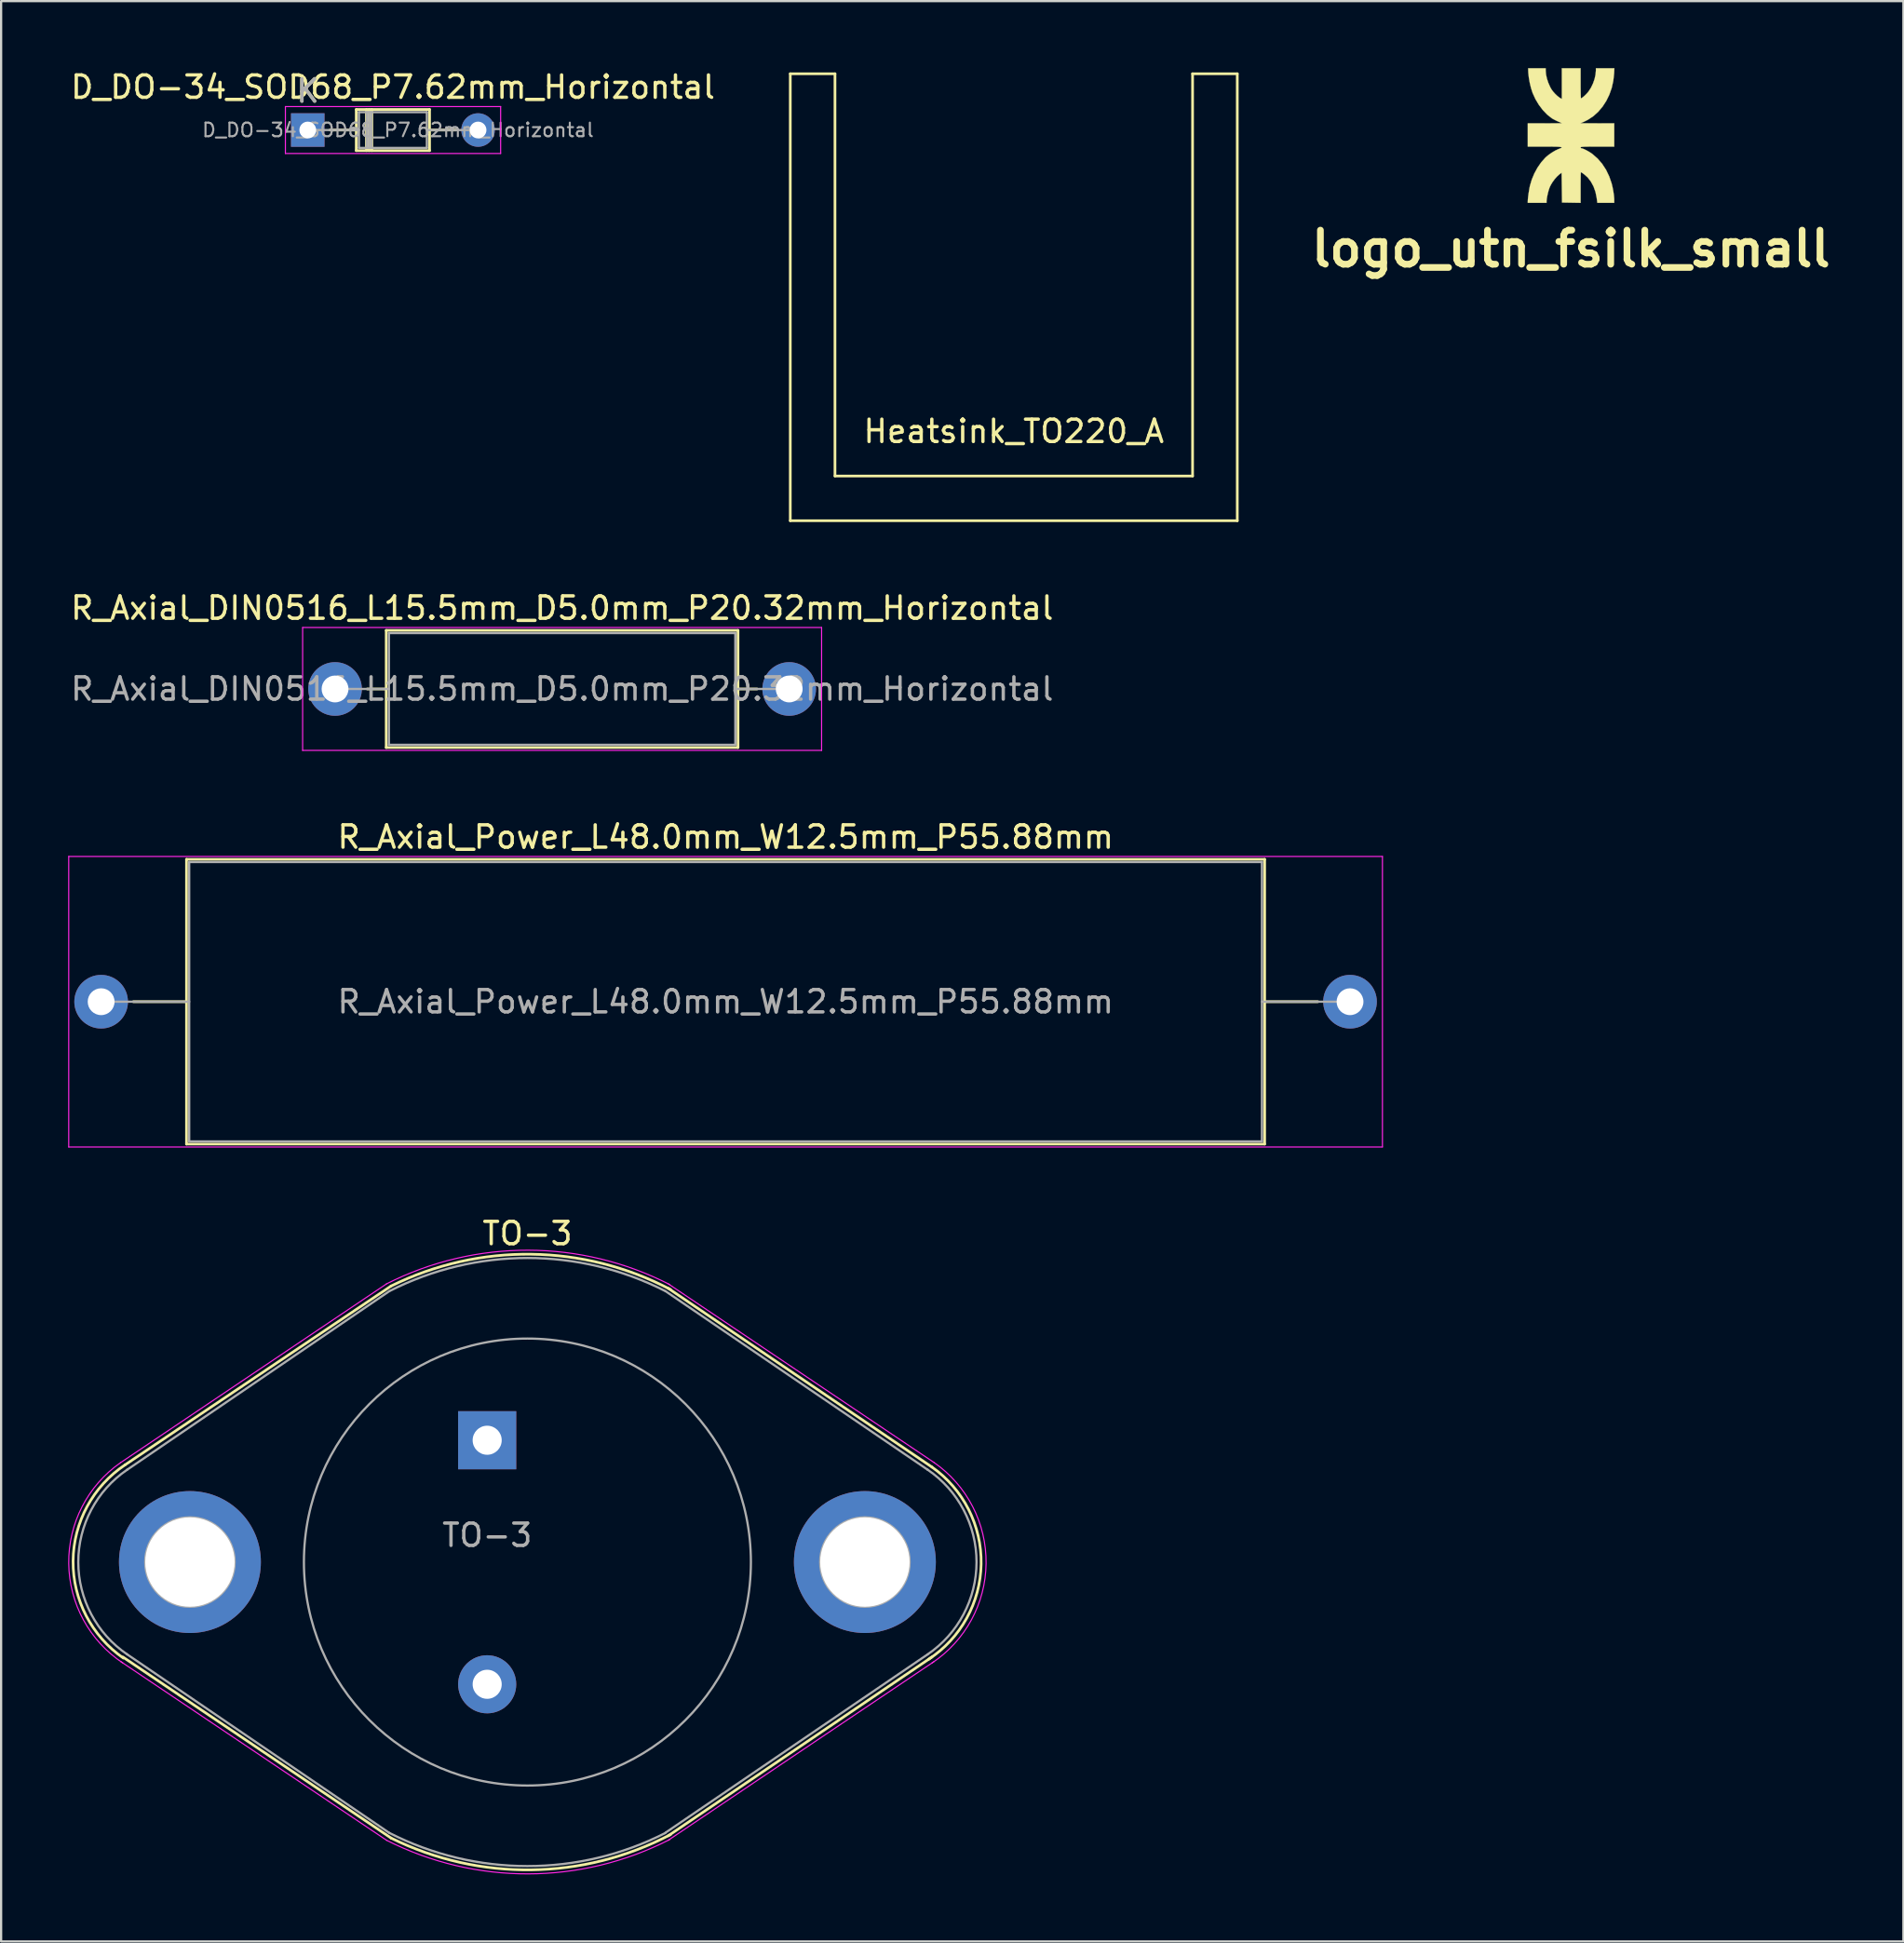
<source format=kicad_pcb>
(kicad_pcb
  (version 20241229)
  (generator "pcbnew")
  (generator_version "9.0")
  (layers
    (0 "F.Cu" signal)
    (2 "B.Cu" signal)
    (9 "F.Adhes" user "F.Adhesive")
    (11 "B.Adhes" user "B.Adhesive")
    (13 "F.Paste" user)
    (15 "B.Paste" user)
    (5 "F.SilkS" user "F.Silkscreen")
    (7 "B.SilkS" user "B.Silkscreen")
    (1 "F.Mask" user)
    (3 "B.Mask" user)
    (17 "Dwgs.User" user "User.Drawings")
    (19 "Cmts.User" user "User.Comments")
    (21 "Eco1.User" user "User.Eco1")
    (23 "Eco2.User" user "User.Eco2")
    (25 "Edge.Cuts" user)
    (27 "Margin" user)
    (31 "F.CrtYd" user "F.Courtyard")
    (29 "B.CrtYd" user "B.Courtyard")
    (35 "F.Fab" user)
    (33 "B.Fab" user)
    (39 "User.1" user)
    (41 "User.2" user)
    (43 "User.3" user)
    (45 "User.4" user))
  (footprint "logo_utn_fsilk_small"
    (layer "F.Cu")
    (at 67.242 3.002)
    (property "Reference" "logo_utn_fsilk_small" (at 0 5.08 0) (layer "F.SilkS") (effects (font (size 1.524 1.524) (thickness 0.3))))
    (attr through_hole)
    (fp_poly (pts (xy 1.929 -2.77) (xy 1.893 -2.439) (xy 1.822 -2.12) (xy 1.716 -1.819) (xy 1.579 -1.538) (xy 1.413 -1.282) (xy 1.221 -1.054) (xy 1.004 -0.857) (xy 0.764 -0.697) (xy 0.589 -0.609) (xy 0.42 -0.536) (xy 1.177 -0.535) (xy 1.934 -0.533) (xy 1.934 0.508) (xy 1.182 0.508) (xy 0.989 0.508) (xy 0.831 0.509) (xy 0.705 0.51) (xy 0.608 0.513) (xy 0.536 0.516) (xy 0.486 0.521) (xy 0.454 0.526) (xy 0.436 0.534) (xy 0.43 0.543) (xy 0.43 0.546) (xy 0.446 0.577) (xy 0.468 0.584) (xy 0.517 0.595) (xy 0.592 0.625) (xy 0.682 0.669) (xy 0.779 0.722) (xy 0.872 0.779) (xy 0.953 0.835) (xy 0.954 0.836) (xy 1.189 1.041) (xy 1.394 1.279) (xy 1.568 1.546) (xy 1.71 1.842) (xy 1.817 2.153) (xy 1.858 2.321) (xy 1.893 2.503) (xy 1.919 2.681) (xy 1.933 2.838) (xy 1.934 2.898) (xy 1.934 3.023) (xy 1.179 3.023) (xy 1.148 2.794) (xy 1.094 2.532) (xy 1.007 2.289) (xy 0.889 2.072) (xy 0.746 1.887) (xy 0.584 1.744) (xy 0.521 1.699) (xy 0.471 1.666) (xy 0.444 1.651) (xy 0.443 1.651) (xy 0.439 1.675) (xy 0.436 1.744) (xy 0.434 1.85) (xy 0.432 1.988) (xy 0.43 2.15) (xy 0.43 2.33) (xy 0.43 2.337) (xy 0.43 3.024) (xy -0.401 3.01) (xy -0.41 2.344) (xy -0.42 1.677) (xy -0.528 1.757) (xy -0.625 1.845) (xy -0.729 1.963) (xy -0.827 2.097) (xy -0.909 2.234) (xy -0.958 2.338) (xy -0.996 2.45) (xy -1.032 2.582) (xy -1.062 2.718) (xy -1.084 2.843) (xy -1.094 2.94) (xy -1.094 2.95) (xy -1.094 3.023) (xy -1.934 3.023) (xy -1.934 2.953) (xy -1.929 2.864) (xy -1.916 2.741) (xy -1.897 2.6) (xy -1.874 2.455) (xy -1.85 2.321) (xy -1.837 2.261) (xy -1.755 1.984) (xy -1.641 1.711) (xy -1.499 1.451) (xy -1.336 1.214) (xy -1.156 1.011) (xy -1.119 0.975) (xy -0.997 0.874) (xy -0.855 0.775) (xy -0.709 0.688) (xy -0.574 0.624) (xy -0.548 0.614) (xy -0.485 0.589) (xy -0.441 0.569) (xy -0.418 0.552) (xy -0.418 0.539) (xy -0.444 0.529) (xy -0.497 0.521) (xy -0.58 0.515) (xy -0.694 0.511) (xy -0.841 0.509) (xy -1.024 0.508) (xy -1.171 0.508) (xy -1.934 0.508) (xy -1.934 -0.533) (xy -0.401 -0.536) (xy -0.586 -0.619) (xy -0.677 -0.662) (xy -0.765 -0.707) (xy -0.836 -0.746) (xy -0.86 -0.761) (xy -1.065 -0.923) (xy -1.26 -1.126) (xy -1.438 -1.361) (xy -1.592 -1.619) (xy -1.716 -1.89) (xy -1.721 -1.903) (xy -1.788 -2.111) (xy -1.844 -2.341) (xy -1.886 -2.577) (xy -1.91 -2.8) (xy -1.915 -2.927) (xy -1.915 -2.997) (xy -1.133 -2.997) (xy -1.133 -2.889) (xy -1.118 -2.722) (xy -1.078 -2.536) (xy -1.015 -2.346) (xy -0.935 -2.165) (xy -0.877 -2.06) (xy -0.804 -1.959) (xy -0.711 -1.854) (xy -0.61 -1.758) (xy -0.514 -1.684) (xy -0.481 -1.663) (xy -0.41 -1.625) (xy -0.41 -2.997) (xy 0.43 -2.997) (xy 0.43 -2.324) (xy 0.43 -2.145) (xy 0.432 -1.984) (xy 0.434 -1.848) (xy 0.437 -1.742) (xy 0.441 -1.675) (xy 0.445 -1.651) (xy 0.482 -1.667) (xy 0.54 -1.71) (xy 0.611 -1.772) (xy 0.685 -1.845) (xy 0.755 -1.922) (xy 0.788 -1.964) (xy 0.894 -2.127) (xy 0.984 -2.315) (xy 1.054 -2.514) (xy 1.098 -2.713) (xy 1.114 -2.893) (xy 1.114 -2.997) (xy 1.527 -2.997) (xy 1.94 -2.997) (xy 1.929 -2.77)) (stroke (width 0.01) (type solid)) (fill yes) (layer "F.SilkS")))
  (footprint "TO-3"
    (layer "F.Cu")
    (at 18.748 61.395)
    (property "Reference" "TO-3" (at 1.8 -9.25 0) (layer "F.SilkS") (effects (font (size 1 1) (thickness 0.15))))
    (attr through_hole)
    (fp_line (start -4.3 -6.9) (end -16.2 1.1) (stroke (width 0.12) (type solid)) (layer "F.SilkS"))
    (fp_line (start -4.3 17.8) (end -16.3 9.7) (stroke (width 0.12) (type solid)) (layer "F.SilkS"))
    (fp_line (start 8.1 -6.8) (end 19.9 1.2) (stroke (width 0.12) (type solid)) (layer "F.SilkS"))
    (fp_line (start 8.1 17.7) (end 19.9 9.7) (stroke (width 0.12) (type solid)) (layer "F.SilkS"))
    (fp_arc (start -16.276967 9.747694) (mid -18.527843 5.403471) (end -16.2 1.1) (stroke (width 0.12) (type solid)) (layer "F.SilkS"))
    (fp_arc (start -4.3 -6.9) (mid 1.971643 -8.323273) (end 8.20587 -6.744152) (stroke (width 0.12) (type solid)) (layer "F.SilkS"))
    (fp_arc (start 8.20587 17.644152) (mid 1.971643 19.223273) (end -4.3 17.8) (stroke (width 0.12) (type solid)) (layer "F.SilkS"))
    (fp_arc (start 19.9 1.2) (mid 22.101343 5.542388) (end 19.747176 9.803859) (stroke (width 0.12) (type solid)) (layer "F.SilkS"))
    (fp_line (start -4.5 -7) (end -16.4 1) (stroke (width 0.05) (type solid)) (layer "F.CrtYd"))
    (fp_line (start -4.5 17.9) (end -16.4 9.9) (stroke (width 0.05) (type solid)) (layer "F.CrtYd"))
    (fp_line (start 8.1 -7) (end 20 1) (stroke (width 0.05) (type solid)) (layer "F.CrtYd"))
    (fp_line (start 8.1 17.9) (end 20 9.9) (stroke (width 0.05) (type solid)) (layer "F.CrtYd"))
    (fp_arc (start -16.296319 9.970461) (mid -18.722967 5.512679) (end -16.4 1) (stroke (width 0.05) (type solid)) (layer "F.CrtYd"))
    (fp_arc (start -4.5 -7) (mid 1.838841 -8.503171) (end 8.169214 -6.964733) (stroke (width 0.05) (type solid)) (layer "F.CrtYd"))
    (fp_arc (start 8.169214 17.864733) (mid 1.838841 19.403171) (end -4.5 17.9) (stroke (width 0.05) (type solid)) (layer "F.CrtYd"))
    (fp_arc (start 20 1) (mid 22.322967 5.512679) (end 19.896319 9.970461) (stroke (width 0.05) (type solid)) (layer "F.CrtYd"))
    (fp_line (start -4.38 -6.67) (end -16.11 1.32) (stroke (width 0.1) (type solid)) (layer "F.Fab"))
    (fp_line (start -4.38 17.57) (end -16.11 9.58) (stroke (width 0.1) (type solid)) (layer "F.Fab"))
    (fp_line (start 7.98 -6.67) (end 19.71 1.32) (stroke (width 0.1) (type solid)) (layer "F.Fab"))
    (fp_line (start 7.98 17.56) (end 19.71 9.58) (stroke (width 0.1) (type solid)) (layer "F.Fab"))
    (fp_arc (start -16.105547 9.583026) (mid -18.295297 5.452692) (end -16.11 1.32) (stroke (width 0.1) (type solid)) (layer "F.Fab"))
    (fp_arc (start -4.38 -6.67) (mid 1.795945 -8.15466) (end 7.972773 -6.673682) (stroke (width 0.1) (type solid)) (layer "F.Fab"))
    (fp_arc (start 7.972773 17.573682) (mid 1.795945 19.05466) (end -4.38 17.57) (stroke (width 0.1) (type solid)) (layer "F.Fab"))
    (fp_arc (start 19.71 1.32) (mid 21.895297 5.452692) (end 19.705547 9.583026) (stroke (width 0.1) (type solid)) (layer "F.Fab"))
    (fp_circle (center -13.3 5.45) (end -15.3 5.45) (stroke (width 0.1) (type solid)) (fill no) (layer "F.Fab"))
    (fp_circle (center 1.8 5.45) (end 11.8 5.45) (stroke (width 0.1) (type solid)) (fill no) (layer "F.Fab"))
    (fp_circle (center 16.9 5.45) (end 18.9 5.45) (stroke (width 0.1) (type solid)) (fill no) (layer "F.Fab"))
    (fp_text user "${REFERENCE}" (at 0 4.25 0) (layer "F.Fab") (effects (font (size 1 1) (thickness 0.15))))
    (pad "1" thru_hole rect (at 0 0) (size 2.6 2.6) (drill 1.3) (layers "*.Cu" "*.Mask"))
    (pad "2" thru_hole circle (at 0 10.92) (size 2.6 2.6) (drill 1.3) (layers "*.Cu" "*.Mask"))
    (pad "3" thru_hole circle (at -13.3 5.45) (size 6.35 6.35) (drill 4) (layers "*.Cu" "*.Mask"))
    (pad "3" thru_hole circle (at 16.9 5.45) (size 6.35 6.35) (drill 4) (layers "*.Cu" "*.Mask")))
  (footprint "Heatsink_TO220_A"
    (layer "F.Cu")
    (at 32.31 0.25)
    (property "Reference" "Heatsink_TO220_A" (at 10 16 0) (layer "F.SilkS") (effects (font (size 1 1) (thickness 0.15))))
    (attr through_hole)
    (fp_line (start 0 0) (end 2 0) (stroke (width 0.12) (type solid)) (layer "F.SilkS"))
    (fp_line (start 0 20) (end 0 0) (stroke (width 0.12) (type solid)) (layer "F.SilkS"))
    (fp_line (start 0 20) (end 20 20) (stroke (width 0.12) (type solid)) (layer "F.SilkS"))
    (fp_line (start 2 0) (end 2 18) (stroke (width 0.12) (type solid)) (layer "F.SilkS"))
    (fp_line (start 2 18) (end 18 18) (stroke (width 0.12) (type solid)) (layer "F.SilkS"))
    (fp_line (start 18 0) (end 20 0) (stroke (width 0.12) (type solid)) (layer "F.SilkS"))
    (fp_line (start 18 18) (end 18 0) (stroke (width 0.12) (type solid)) (layer "F.SilkS"))
    (fp_line (start 20 20) (end 20 0) (stroke (width 0.12) (type solid)) (layer "F.SilkS")))
  (footprint "D_DO-34_SOD68_P7.62mm_Horizontal"
    (layer "F.Cu")
    (at 10.72 2.768)
    (property "Reference" "D_DO-34_SOD68_P7.62mm_Horizontal" (at 3.81 -1.92 0) (layer "F.SilkS") (effects (font (size 1 1) (thickness 0.15))))
    (attr through_hole)
    (fp_line (start 0.99 0) (end 2.17 0) (stroke (width 0.12) (type solid)) (layer "F.SilkS"))
    (fp_line (start 2.17 -0.92) (end 2.17 0.92) (stroke (width 0.12) (type solid)) (layer "F.SilkS"))
    (fp_line (start 2.17 0.92) (end 5.45 0.92) (stroke (width 0.12) (type solid)) (layer "F.SilkS"))
    (fp_line (start 2.626 -0.92) (end 2.626 0.92) (stroke (width 0.12) (type solid)) (layer "F.SilkS"))
    (fp_line (start 2.746 -0.92) (end 2.746 0.92) (stroke (width 0.12) (type solid)) (layer "F.SilkS"))
    (fp_line (start 2.866 -0.92) (end 2.866 0.92) (stroke (width 0.12) (type solid)) (layer "F.SilkS"))
    (fp_line (start 5.45 -0.92) (end 2.17 -0.92) (stroke (width 0.12) (type solid)) (layer "F.SilkS"))
    (fp_line (start 5.45 0.92) (end 5.45 -0.92) (stroke (width 0.12) (type solid)) (layer "F.SilkS"))
    (fp_line (start 6.63 0) (end 5.45 0) (stroke (width 0.12) (type solid)) (layer "F.SilkS"))
    (fp_line (start -1 -1.05) (end -1 1.05) (stroke (width 0.05) (type solid)) (layer "F.CrtYd"))
    (fp_line (start -1 1.05) (end 8.63 1.05) (stroke (width 0.05) (type solid)) (layer "F.CrtYd"))
    (fp_line (start 8.63 -1.05) (end -1 -1.05) (stroke (width 0.05) (type solid)) (layer "F.CrtYd"))
    (fp_line (start 8.63 1.05) (end 8.63 -1.05) (stroke (width 0.05) (type solid)) (layer "F.CrtYd"))
    (fp_line (start 0 0) (end 2.29 0) (stroke (width 0.1) (type solid)) (layer "F.Fab"))
    (fp_line (start 2.29 -0.8) (end 2.29 0.8) (stroke (width 0.1) (type solid)) (layer "F.Fab"))
    (fp_line (start 2.29 0.8) (end 5.33 0.8) (stroke (width 0.1) (type solid)) (layer "F.Fab"))
    (fp_line (start 2.646 -0.8) (end 2.646 0.8) (stroke (width 0.1) (type solid)) (layer "F.Fab"))
    (fp_line (start 2.746 -0.8) (end 2.746 0.8) (stroke (width 0.1) (type solid)) (layer "F.Fab"))
    (fp_line (start 2.846 -0.8) (end 2.846 0.8) (stroke (width 0.1) (type solid)) (layer "F.Fab"))
    (fp_line (start 5.33 -0.8) (end 2.29 -0.8) (stroke (width 0.1) (type solid)) (layer "F.Fab"))
    (fp_line (start 5.33 0.8) (end 5.33 -0.8) (stroke (width 0.1) (type solid)) (layer "F.Fab"))
    (fp_line (start 7.62 0) (end 5.33 0) (stroke (width 0.1) (type solid)) (layer "F.Fab"))
    (fp_text user "K" (at 0 -1.75 0) (layer "F.SilkS") (effects (font (size 1 1) (thickness 0.15))))
    (fp_text user "K" (at 0 -1.75 0) (layer "F.Fab") (effects (font (size 1 1) (thickness 0.15))))
    (fp_text user "${REFERENCE}" (at 4.038 0 0) (layer "F.Fab") (effects (font (size 0.608 0.608) (thickness 0.091))))
    (pad "1" thru_hole rect (at 0 0) (size 1.5 1.5) (drill 0.75) (layers "*.Cu" "*.Mask"))
    (pad "2" thru_hole oval (at 7.62 0) (size 1.5 1.5) (drill 0.75) (layers "*.Cu" "*.Mask")))
  (footprint "R_Axial_DIN0516_L15.5mm_D5.0mm_P20.32mm_Horizontal"
    (layer "F.Cu")
    (at 11.941 27.778)
    (property "Reference" "R_Axial_DIN0516_L15.5mm_D5.0mm_P20.32mm_Horizontal" (at 10.16 -3.62 0) (layer "F.SilkS") (effects (font (size 1 1) (thickness 0.15))))
    (attr through_hole)
    (fp_line (start 1.44 0) (end 2.29 0) (stroke (width 0.12) (type solid)) (layer "F.SilkS"))
    (fp_line (start 2.29 -2.62) (end 2.29 2.62) (stroke (width 0.12) (type solid)) (layer "F.SilkS"))
    (fp_line (start 2.29 2.62) (end 18.03 2.62) (stroke (width 0.12) (type solid)) (layer "F.SilkS"))
    (fp_line (start 18.03 -2.62) (end 2.29 -2.62) (stroke (width 0.12) (type solid)) (layer "F.SilkS"))
    (fp_line (start 18.03 2.62) (end 18.03 -2.62) (stroke (width 0.12) (type solid)) (layer "F.SilkS"))
    (fp_line (start 18.88 0) (end 18.03 0) (stroke (width 0.12) (type solid)) (layer "F.SilkS"))
    (fp_line (start -1.45 -2.75) (end -1.45 2.75) (stroke (width 0.05) (type solid)) (layer "F.CrtYd"))
    (fp_line (start -1.45 2.75) (end 21.77 2.75) (stroke (width 0.05) (type solid)) (layer "F.CrtYd"))
    (fp_line (start 21.77 -2.75) (end -1.45 -2.75) (stroke (width 0.05) (type solid)) (layer "F.CrtYd"))
    (fp_line (start 21.77 2.75) (end 21.77 -2.75) (stroke (width 0.05) (type solid)) (layer "F.CrtYd"))
    (fp_line (start 0 0) (end 2.41 0) (stroke (width 0.1) (type solid)) (layer "F.Fab"))
    (fp_line (start 2.41 -2.5) (end 2.41 2.5) (stroke (width 0.1) (type solid)) (layer "F.Fab"))
    (fp_line (start 2.41 2.5) (end 17.91 2.5) (stroke (width 0.1) (type solid)) (layer "F.Fab"))
    (fp_line (start 17.91 -2.5) (end 2.41 -2.5) (stroke (width 0.1) (type solid)) (layer "F.Fab"))
    (fp_line (start 17.91 2.5) (end 17.91 -2.5) (stroke (width 0.1) (type solid)) (layer "F.Fab"))
    (fp_line (start 20.32 0) (end 17.91 0) (stroke (width 0.1) (type solid)) (layer "F.Fab"))
    (fp_text user "${REFERENCE}" (at 10.16 0 0) (layer "F.Fab") (effects (font (size 1 1) (thickness 0.15))))
    (pad "1" thru_hole circle (at 0 0) (size 2.4 2.4) (drill 1.2) (layers "*.Cu" "*.Mask"))
    (pad "2" thru_hole oval (at 20.32 0) (size 2.4 2.4) (drill 1.2) (layers "*.Cu" "*.Mask")))
  (footprint "R_Axial_Power_L48.0mm_W12.5mm_P55.88mm"
    (layer "F.Cu")
    (at 1.475 41.772)
    (property "Reference" "R_Axial_Power_L48.0mm_W12.5mm_P55.88mm" (at 27.94 -7.37 0) (layer "F.SilkS") (effects (font (size 1 1) (thickness 0.15))))
    (attr through_hole)
    (fp_line (start 1.44 0) (end 3.82 0) (stroke (width 0.12) (type solid)) (layer "F.SilkS"))
    (fp_line (start 3.82 -6.37) (end 3.82 6.37) (stroke (width 0.12) (type solid)) (layer "F.SilkS"))
    (fp_line (start 3.82 6.37) (end 52.06 6.37) (stroke (width 0.12) (type solid)) (layer "F.SilkS"))
    (fp_line (start 52.06 -6.37) (end 3.82 -6.37) (stroke (width 0.12) (type solid)) (layer "F.SilkS"))
    (fp_line (start 52.06 6.37) (end 52.06 -6.37) (stroke (width 0.12) (type solid)) (layer "F.SilkS"))
    (fp_line (start 54.44 0) (end 52.06 0) (stroke (width 0.12) (type solid)) (layer "F.SilkS"))
    (fp_line (start -1.45 -6.5) (end -1.45 6.5) (stroke (width 0.05) (type solid)) (layer "F.CrtYd"))
    (fp_line (start -1.45 6.5) (end 57.33 6.5) (stroke (width 0.05) (type solid)) (layer "F.CrtYd"))
    (fp_line (start 57.33 -6.5) (end -1.45 -6.5) (stroke (width 0.05) (type solid)) (layer "F.CrtYd"))
    (fp_line (start 57.33 6.5) (end 57.33 -6.5) (stroke (width 0.05) (type solid)) (layer "F.CrtYd"))
    (fp_line (start 0 0) (end 3.94 0) (stroke (width 0.1) (type solid)) (layer "F.Fab"))
    (fp_line (start 3.94 -6.25) (end 3.94 6.25) (stroke (width 0.1) (type solid)) (layer "F.Fab"))
    (fp_line (start 3.94 6.25) (end 51.94 6.25) (stroke (width 0.1) (type solid)) (layer "F.Fab"))
    (fp_line (start 51.94 -6.25) (end 3.94 -6.25) (stroke (width 0.1) (type solid)) (layer "F.Fab"))
    (fp_line (start 51.94 6.25) (end 51.94 -6.25) (stroke (width 0.1) (type solid)) (layer "F.Fab"))
    (fp_line (start 55.88 0) (end 51.94 0) (stroke (width 0.1) (type solid)) (layer "F.Fab"))
    (fp_text user "${REFERENCE}" (at 27.94 0 0) (layer "F.Fab") (effects (font (size 1 1) (thickness 0.15))))
    (pad "1" thru_hole circle (at 0 0) (size 2.4 2.4) (drill 1.2) (layers "*.Cu" "*.Mask"))
    (pad "2" thru_hole oval (at 55.88 0) (size 2.4 2.4) (drill 1.2) (layers "*.Cu" "*.Mask")))
  (gr_rect
    (start -3 -3)
    (end 82.115 83.823)
    (stroke (width 0.1) (type default))
    (fill no)
    (layer "Edge.Cuts")))
</source>
